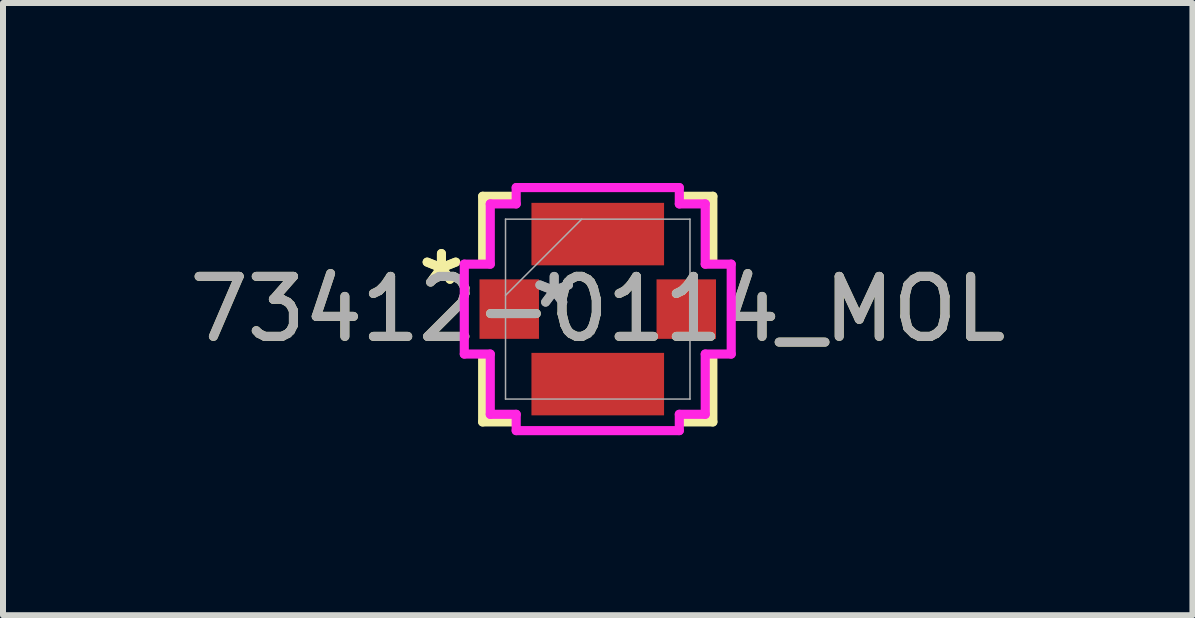
<source format=kicad_pcb>
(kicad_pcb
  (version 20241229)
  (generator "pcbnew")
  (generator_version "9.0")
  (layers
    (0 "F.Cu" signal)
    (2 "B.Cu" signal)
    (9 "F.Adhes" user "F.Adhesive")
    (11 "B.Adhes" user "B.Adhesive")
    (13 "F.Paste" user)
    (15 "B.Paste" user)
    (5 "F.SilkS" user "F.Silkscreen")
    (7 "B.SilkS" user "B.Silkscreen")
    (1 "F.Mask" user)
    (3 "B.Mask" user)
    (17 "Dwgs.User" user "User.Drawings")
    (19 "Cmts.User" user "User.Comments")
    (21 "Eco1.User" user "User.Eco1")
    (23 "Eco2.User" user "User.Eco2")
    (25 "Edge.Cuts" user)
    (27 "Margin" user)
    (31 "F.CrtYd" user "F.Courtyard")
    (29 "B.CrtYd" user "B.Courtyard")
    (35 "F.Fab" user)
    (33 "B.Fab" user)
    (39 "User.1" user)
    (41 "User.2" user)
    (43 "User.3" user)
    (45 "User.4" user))
  (footprint "73412-0114_MOL"
    (layer "F.Cu")
    (at 6.911 2.101)
    (property "Reference" "73412-0114_MOL" (at 0 0 0) (unlocked yes) (layer "F.SilkS") (effects (font (size 1 1) (thickness 0.15))))
    (attr smd)
    (fp_line (start -1.918 -1.88) (end -1.918 -0.828) (stroke (width 0.152) (type solid)) (layer "F.SilkS"))
    (fp_line (start -1.918 0.828) (end -1.918 1.88) (stroke (width 0.152) (type solid)) (layer "F.SilkS"))
    (fp_line (start -1.918 1.88) (end -1.419 1.88) (stroke (width 0.152) (type solid)) (layer "F.SilkS"))
    (fp_line (start -1.419 -1.88) (end -1.918 -1.88) (stroke (width 0.152) (type solid)) (layer "F.SilkS"))
    (fp_line (start 1.419 1.88) (end 1.918 1.88) (stroke (width 0.152) (type solid)) (layer "F.SilkS"))
    (fp_line (start 1.918 -1.88) (end 1.419 -1.88) (stroke (width 0.152) (type solid)) (layer "F.SilkS"))
    (fp_line (start 1.918 -0.828) (end 1.918 -1.88) (stroke (width 0.152) (type solid)) (layer "F.SilkS"))
    (fp_line (start 1.918 1.88) (end 1.918 0.828) (stroke (width 0.152) (type solid)) (layer "F.SilkS"))
    (fp_line (start -2.224 -0.749) (end -2.224 0.749) (stroke (width 0.152) (type solid)) (layer "F.CrtYd"))
    (fp_line (start -2.224 0.749) (end -1.791 0.749) (stroke (width 0.152) (type solid)) (layer "F.CrtYd"))
    (fp_line (start -1.791 -1.753) (end -1.791 -0.749) (stroke (width 0.152) (type solid)) (layer "F.CrtYd"))
    (fp_line (start -1.791 -0.749) (end -2.224 -0.749) (stroke (width 0.152) (type solid)) (layer "F.CrtYd"))
    (fp_line (start -1.791 0.749) (end -1.791 1.753) (stroke (width 0.152) (type solid)) (layer "F.CrtYd"))
    (fp_line (start -1.791 1.753) (end -1.359 1.753) (stroke (width 0.152) (type solid)) (layer "F.CrtYd"))
    (fp_line (start -1.359 -2.025) (end -1.359 -1.753) (stroke (width 0.152) (type solid)) (layer "F.CrtYd"))
    (fp_line (start -1.359 -1.753) (end -1.791 -1.753) (stroke (width 0.152) (type solid)) (layer "F.CrtYd"))
    (fp_line (start -1.359 1.753) (end -1.359 2.025) (stroke (width 0.152) (type solid)) (layer "F.CrtYd"))
    (fp_line (start -1.359 2.025) (end 1.359 2.025) (stroke (width 0.152) (type solid)) (layer "F.CrtYd"))
    (fp_line (start 1.359 -2.025) (end -1.359 -2.025) (stroke (width 0.152) (type solid)) (layer "F.CrtYd"))
    (fp_line (start 1.359 -1.753) (end 1.359 -2.025) (stroke (width 0.152) (type solid)) (layer "F.CrtYd"))
    (fp_line (start 1.359 1.753) (end 1.791 1.753) (stroke (width 0.152) (type solid)) (layer "F.CrtYd"))
    (fp_line (start 1.359 2.025) (end 1.359 1.753) (stroke (width 0.152) (type solid)) (layer "F.CrtYd"))
    (fp_line (start 1.791 -1.753) (end 1.359 -1.753) (stroke (width 0.152) (type solid)) (layer "F.CrtYd"))
    (fp_line (start 1.791 -0.749) (end 1.791 -1.753) (stroke (width 0.152) (type solid)) (layer "F.CrtYd"))
    (fp_line (start 1.791 0.749) (end 2.224 0.749) (stroke (width 0.152) (type solid)) (layer "F.CrtYd"))
    (fp_line (start 1.791 1.753) (end 1.791 0.749) (stroke (width 0.152) (type solid)) (layer "F.CrtYd"))
    (fp_line (start 2.224 -0.749) (end 1.791 -0.749) (stroke (width 0.152) (type solid)) (layer "F.CrtYd"))
    (fp_line (start 2.224 0.749) (end 2.224 -0.749) (stroke (width 0.152) (type solid)) (layer "F.CrtYd"))
    (fp_line (start -1.537 -1.499) (end -1.537 1.499) (stroke (width 0.025) (type solid)) (layer "F.Fab"))
    (fp_line (start -1.537 -0.229) (end -0.267 -1.499) (stroke (width 0.025) (type solid)) (layer "F.Fab"))
    (fp_line (start -1.537 1.499) (end 1.537 1.499) (stroke (width 0.025) (type solid)) (layer "F.Fab"))
    (fp_line (start 1.537 -1.499) (end -1.537 -1.499) (stroke (width 0.025) (type solid)) (layer "F.Fab"))
    (fp_line (start 1.537 1.499) (end 1.537 -1.499) (stroke (width 0.025) (type solid)) (layer "F.Fab"))
    (fp_text user "*" (at -2.605 -0.381 0) (unlocked yes) (layer "F.SilkS") (effects (font (size 1 1) (thickness 0.15))))
    (fp_text user "*" (at -2.605 -0.381 0) (layer "F.SilkS") (effects (font (size 1 1) (thickness 0.15))))
    (fp_text user "*" (at -0.726 0 0) (layer "F.Fab") (effects (font (size 1 1) (thickness 0.15))))
    (fp_text user "${REFERENCE}" (at 0 0 0) (unlocked yes) (layer "F.Fab") (effects (font (size 1 1) (thickness 0.15))))
    (fp_text user "*" (at -0.726 0 0) (unlocked yes) (layer "F.Fab") (effects (font (size 1 1) (thickness 0.15))))
    (pad "1" smd rect (at -1.475 0 90) (size 0.991 0.991) (layers "F.Cu" "F.Mask" "F.Paste"))
    (pad "2" smd rect (at 0 1.25) (size 2.21 1.041) (layers "F.Cu" "F.Mask" "F.Paste"))
    (pad "3" smd rect (at 1.475 0 90) (size 0.991 0.991) (layers "F.Cu" "F.Mask" "F.Paste"))
    (pad "4" smd rect (at 0 -1.25) (size 2.21 1.041) (layers "F.Cu" "F.Mask" "F.Paste")))
  (gr_rect
    (start -3 -3)
    (end 16.821 7.202)
    (stroke (width 0.1) (type default))
    (fill no)
    (layer "Edge.Cuts")))
</source>
